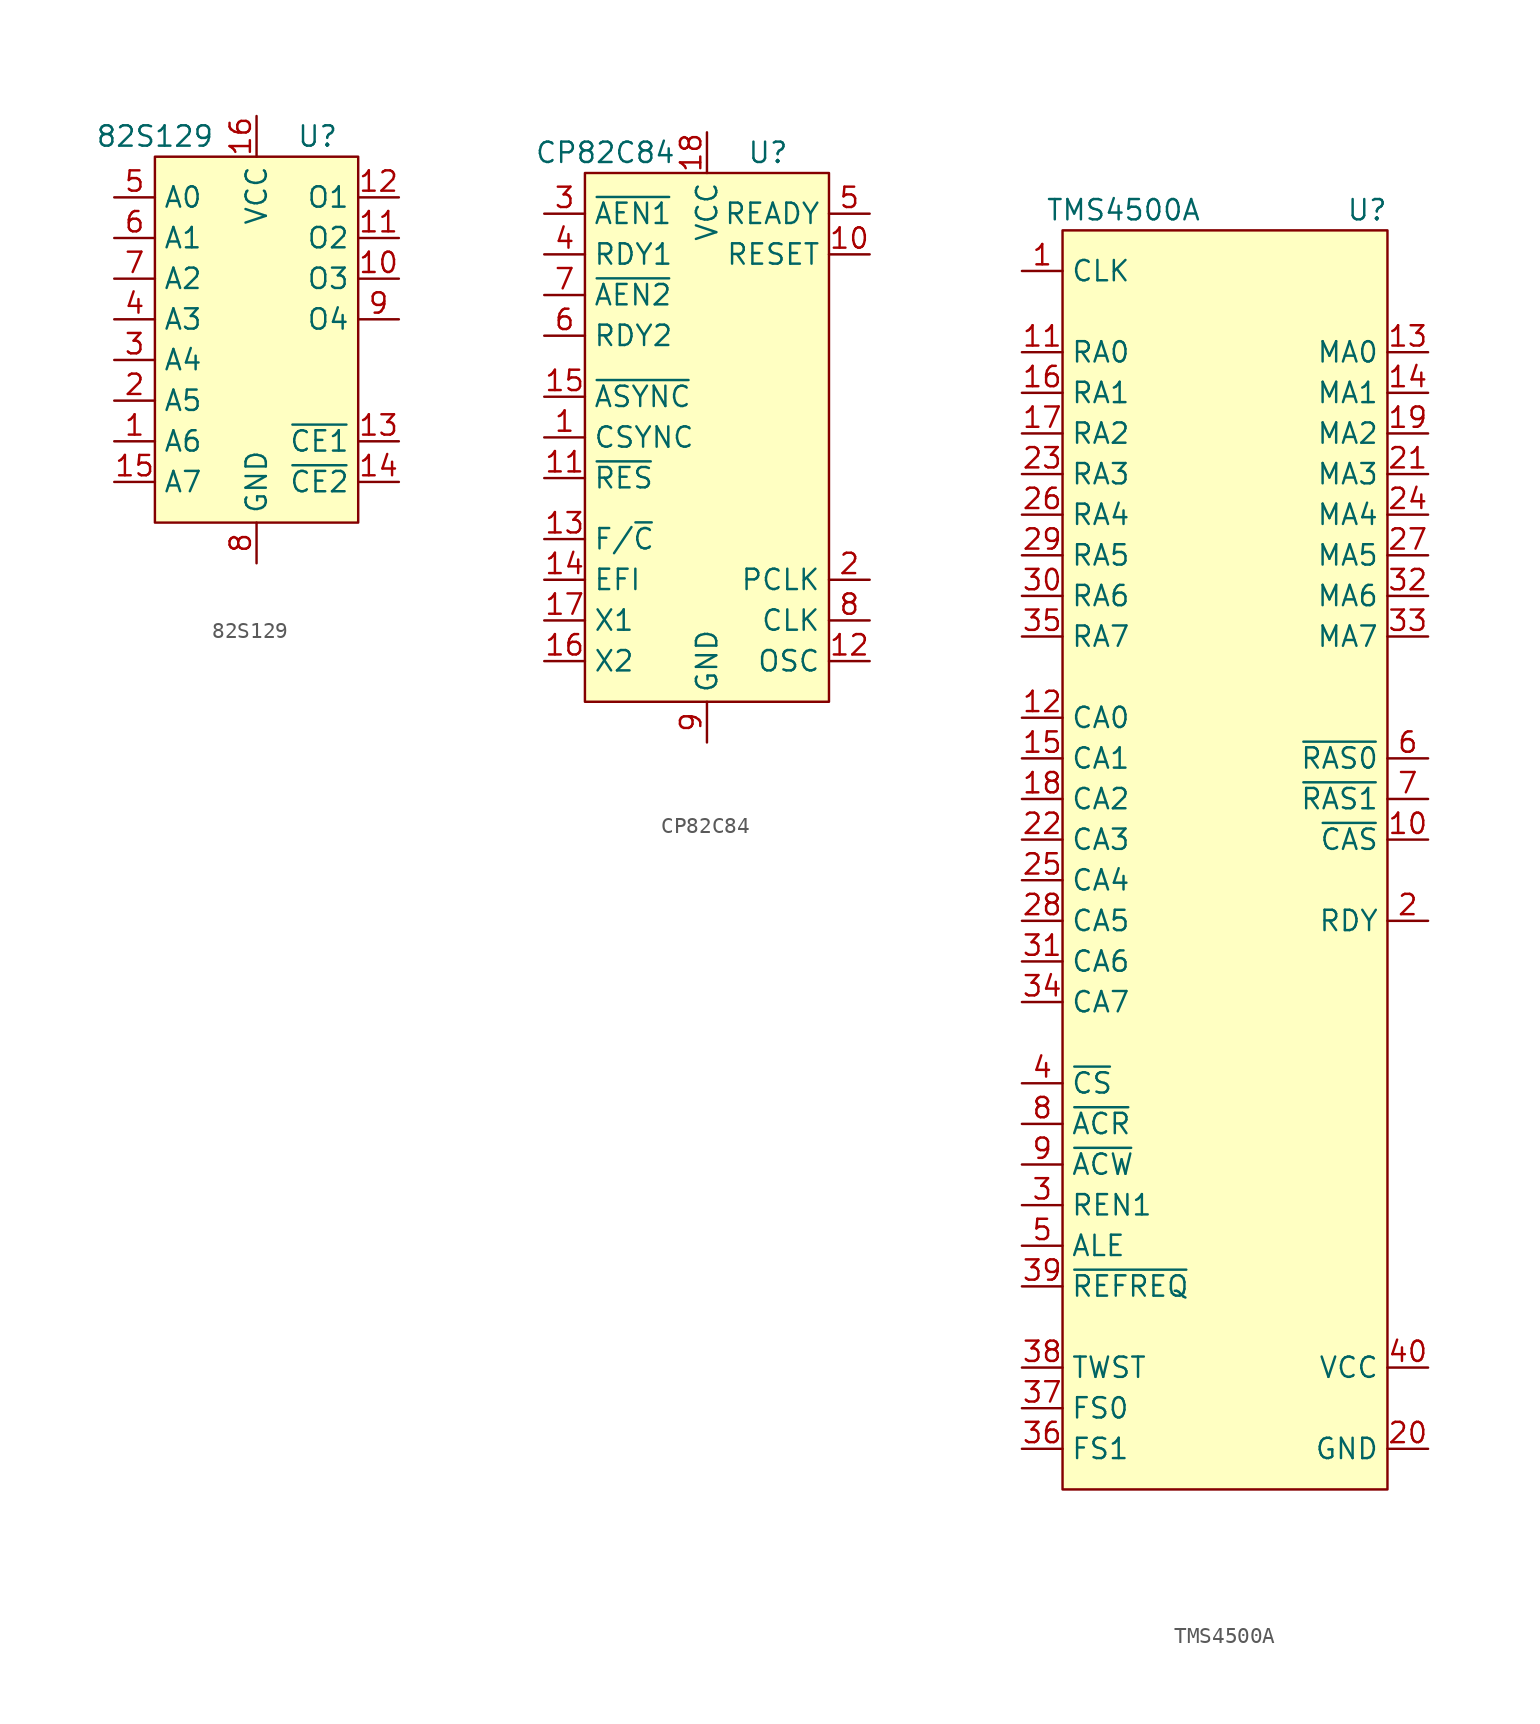
<source format=kicad_sym>
(kicad_symbol_lib
  (version 20211014)
  (generator kicad_symbol_editor)
  (symbol "82S129"
    (property "Reference" "U"
      (at 3.81 12.7 0)
      (effects (font (size 1.27 1.27))))
    (property "Value" "82S129"
      (at -6.35 12.7 0)
      (effects (font (size 1.27 1.27))))
    (symbol "82S129_0_1"
      (rectangle (start -6.35 11.43) (end 6.35 -11.43) (stroke (width 0.152) (type default) (color 0 0 0 0)) (fill (type background))))
    (symbol "82S129_1_1"
      (pin input line (at -8.89 -6.35 0) (length 2.54) (name "A6" (effects (font (size 1.27 1.27)))) (number "1" (effects (font (size 1.27 1.27)))))
      (pin tri_state line (at 8.89 3.81 180) (length 2.54) (name "O3" (effects (font (size 1.27 1.27)))) (number "10" (effects (font (size 1.27 1.27)))))
      (pin tri_state line (at 8.89 6.35 180) (length 2.54) (name "O2" (effects (font (size 1.27 1.27)))) (number "11" (effects (font (size 1.27 1.27)))))
      (pin tri_state line (at 8.89 8.89 180) (length 2.54) (name "O1" (effects (font (size 1.27 1.27)))) (number "12" (effects (font (size 1.27 1.27)))))
      (pin input line (at 8.89 -6.35 180) (length 2.54) (name "~{CE1}" (effects (font (size 1.27 1.27)))) (number "13" (effects (font (size 1.27 1.27)))))
      (pin input line (at 8.89 -8.89 180) (length 2.54) (name "~{CE2}" (effects (font (size 1.27 1.27)))) (number "14" (effects (font (size 1.27 1.27)))))
      (pin input line (at -8.89 -8.89 0) (length 2.54) (name "A7" (effects (font (size 1.27 1.27)))) (number "15" (effects (font (size 1.27 1.27)))))
      (pin power_in line (at 0 13.97 270) (length 2.54) (name "VCC" (effects (font (size 1.27 1.27)))) (number "16" (effects (font (size 1.27 1.27)))))
      (pin input line (at -8.89 -3.81 0) (length 2.54) (name "A5" (effects (font (size 1.27 1.27)))) (number "2" (effects (font (size 1.27 1.27)))))
      (pin input line (at -8.89 -1.27 0) (length 2.54) (name "A4" (effects (font (size 1.27 1.27)))) (number "3" (effects (font (size 1.27 1.27)))))
      (pin input line (at -8.89 1.27 0) (length 2.54) (name "A3" (effects (font (size 1.27 1.27)))) (number "4" (effects (font (size 1.27 1.27)))))
      (pin input line (at -8.89 8.89 0) (length 2.54) (name "A0" (effects (font (size 1.27 1.27)))) (number "5" (effects (font (size 1.27 1.27)))))
      (pin input line (at -8.89 6.35 0) (length 2.54) (name "A1" (effects (font (size 1.27 1.27)))) (number "6" (effects (font (size 1.27 1.27)))))
      (pin input line (at -8.89 3.81 0) (length 2.54) (name "A2" (effects (font (size 1.27 1.27)))) (number "7" (effects (font (size 1.27 1.27)))))
      (pin power_in line (at 0 -13.97 90) (length 2.54) (name "GND" (effects (font (size 1.27 1.27)))) (number "8" (effects (font (size 1.27 1.27)))))
      (pin tri_state line (at 8.89 1.27 180) (length 2.54) (name "O4" (effects (font (size 1.27 1.27)))) (number "9" (effects (font (size 1.27 1.27)))))))
  (symbol "CP82C84"
    (property "Reference" "U"
      (at 3.81 17.78 0)
      (effects (font (size 1.27 1.27))))
    (property "Value" "CP82C84"
      (at -6.35 17.78 0)
      (effects (font (size 1.27 1.27))))
    (symbol "CP82C84_0_1"
      (rectangle (start -7.62 16.51) (end 7.62 -16.51) (stroke (width 0.152) (type default) (color 0 0 0 0)) (fill (type background))))
    (symbol "CP82C84_1_1"
      (pin input line (at -10.16 0 0) (length 2.54) (name "CSYNC" (effects (font (size 1.27 1.27)))) (number "1" (effects (font (size 1.27 1.27)))))
      (pin output line (at 10.16 11.43 180) (length 2.54) (name "RESET" (effects (font (size 1.27 1.27)))) (number "10" (effects (font (size 1.27 1.27)))))
      (pin input line (at -10.16 -2.54 0) (length 2.54) (name "~{RES}" (effects (font (size 1.27 1.27)))) (number "11" (effects (font (size 1.27 1.27)))))
      (pin output line (at 10.16 -13.97 180) (length 2.54) (name "OSC" (effects (font (size 1.27 1.27)))) (number "12" (effects (font (size 1.27 1.27)))))
      (pin input line (at -10.16 -6.35 0) (length 2.54) (name "F/~{C}" (effects (font (size 1.27 1.27)))) (number "13" (effects (font (size 1.27 1.27)))))
      (pin input line (at -10.16 -8.89 0) (length 2.54) (name "EFI" (effects (font (size 1.27 1.27)))) (number "14" (effects (font (size 1.27 1.27)))))
      (pin input line (at -10.16 2.54 0) (length 2.54) (name "~{ASYNC}" (effects (font (size 1.27 1.27)))) (number "15" (effects (font (size 1.27 1.27)))))
      (pin input line (at -10.16 -13.97 0) (length 2.54) (name "X2" (effects (font (size 1.27 1.27)))) (number "16" (effects (font (size 1.27 1.27)))))
      (pin input line (at -10.16 -11.43 0) (length 2.54) (name "X1" (effects (font (size 1.27 1.27)))) (number "17" (effects (font (size 1.27 1.27)))))
      (pin power_in line (at 0 19.05 270) (length 2.54) (name "VCC" (effects (font (size 1.27 1.27)))) (number "18" (effects (font (size 1.27 1.27)))))
      (pin output line (at 10.16 -8.89 180) (length 2.54) (name "PCLK" (effects (font (size 1.27 1.27)))) (number "2" (effects (font (size 1.27 1.27)))))
      (pin input line (at -10.16 13.97 0) (length 2.54) (name "~{AEN1}" (effects (font (size 1.27 1.27)))) (number "3" (effects (font (size 1.27 1.27)))))
      (pin input line (at -10.16 11.43 0) (length 2.54) (name "RDY1" (effects (font (size 1.27 1.27)))) (number "4" (effects (font (size 1.27 1.27)))))
      (pin output line (at 10.16 13.97 180) (length 2.54) (name "READY" (effects (font (size 1.27 1.27)))) (number "5" (effects (font (size 1.27 1.27)))))
      (pin input line (at -10.16 6.35 0) (length 2.54) (name "RDY2" (effects (font (size 1.27 1.27)))) (number "6" (effects (font (size 1.27 1.27)))))
      (pin input line (at -10.16 8.89 0) (length 2.54) (name "~{AEN2}" (effects (font (size 1.27 1.27)))) (number "7" (effects (font (size 1.27 1.27)))))
      (pin output line (at 10.16 -11.43 180) (length 2.54) (name "CLK" (effects (font (size 1.27 1.27)))) (number "8" (effects (font (size 1.27 1.27)))))
      (pin power_in line (at 0 -19.05 90) (length 2.54) (name "GND" (effects (font (size 1.27 1.27)))) (number "9" (effects (font (size 1.27 1.27)))))))
  (symbol "TMS4500A"
    (property "Reference" "U"
      (at 12.7 12.7 0)
      (effects (font (size 1.27 1.27))))
    (property "Value" "TMS4500A"
      (at -2.54 12.7 0)
      (effects (font (size 1.27 1.27))))
    (symbol "TMS4500A_0_1"
      (rectangle (start -6.35 11.43) (end 13.97 -67.31) (stroke (width 0.152) (type default) (color 0 0 0 0)) (fill (type background))))
    (symbol "TMS4500A_1_1"
      (pin passive line (at -8.89 8.89 0) (length 2.54) (name "CLK" (effects (font (size 1.27 1.27)))) (number "1" (effects (font (size 1.27 1.27)))))
      (pin passive line (at 16.51 -26.67 180) (length 2.54) (name "~{CAS}" (effects (font (size 1.27 1.27)))) (number "10" (effects (font (size 1.27 1.27)))))
      (pin passive line (at -8.89 3.81 0) (length 2.54) (name "RA0" (effects (font (size 1.27 1.27)))) (number "11" (effects (font (size 1.27 1.27)))))
      (pin passive line (at -8.89 -19.05 0) (length 2.54) (name "CA0" (effects (font (size 1.27 1.27)))) (number "12" (effects (font (size 1.27 1.27)))))
      (pin passive line (at 16.51 3.81 180) (length 2.54) (name "MA0" (effects (font (size 1.27 1.27)))) (number "13" (effects (font (size 1.27 1.27)))))
      (pin passive line (at 16.51 1.27 180) (length 2.54) (name "MA1" (effects (font (size 1.27 1.27)))) (number "14" (effects (font (size 1.27 1.27)))))
      (pin passive line (at -8.89 -21.59 0) (length 2.54) (name "CA1" (effects (font (size 1.27 1.27)))) (number "15" (effects (font (size 1.27 1.27)))))
      (pin passive line (at -8.89 1.27 0) (length 2.54) (name "RA1" (effects (font (size 1.27 1.27)))) (number "16" (effects (font (size 1.27 1.27)))))
      (pin passive line (at -8.89 -1.27 0) (length 2.54) (name "RA2" (effects (font (size 1.27 1.27)))) (number "17" (effects (font (size 1.27 1.27)))))
      (pin passive line (at -8.89 -24.13 0) (length 2.54) (name "CA2" (effects (font (size 1.27 1.27)))) (number "18" (effects (font (size 1.27 1.27)))))
      (pin passive line (at 16.51 -1.27 180) (length 2.54) (name "MA2" (effects (font (size 1.27 1.27)))) (number "19" (effects (font (size 1.27 1.27)))))
      (pin passive line (at 16.51 -31.75 180) (length 2.54) (name "RDY" (effects (font (size 1.27 1.27)))) (number "2" (effects (font (size 1.27 1.27)))))
      (pin passive line (at 16.51 -64.77 180) (length 2.54) (name "GND" (effects (font (size 1.27 1.27)))) (number "20" (effects (font (size 1.27 1.27)))))
      (pin passive line (at 16.51 -3.81 180) (length 2.54) (name "MA3" (effects (font (size 1.27 1.27)))) (number "21" (effects (font (size 1.27 1.27)))))
      (pin passive line (at -8.89 -26.67 0) (length 2.54) (name "CA3" (effects (font (size 1.27 1.27)))) (number "22" (effects (font (size 1.27 1.27)))))
      (pin passive line (at -8.89 -3.81 0) (length 2.54) (name "RA3" (effects (font (size 1.27 1.27)))) (number "23" (effects (font (size 1.27 1.27)))))
      (pin passive line (at 16.51 -6.35 180) (length 2.54) (name "MA4" (effects (font (size 1.27 1.27)))) (number "24" (effects (font (size 1.27 1.27)))))
      (pin passive line (at -8.89 -29.21 0) (length 2.54) (name "CA4" (effects (font (size 1.27 1.27)))) (number "25" (effects (font (size 1.27 1.27)))))
      (pin passive line (at -8.89 -6.35 0) (length 2.54) (name "RA4" (effects (font (size 1.27 1.27)))) (number "26" (effects (font (size 1.27 1.27)))))
      (pin passive line (at 16.51 -8.89 180) (length 2.54) (name "MA5" (effects (font (size 1.27 1.27)))) (number "27" (effects (font (size 1.27 1.27)))))
      (pin passive line (at -8.89 -31.75 0) (length 2.54) (name "CA5" (effects (font (size 1.27 1.27)))) (number "28" (effects (font (size 1.27 1.27)))))
      (pin passive line (at -8.89 -8.89 0) (length 2.54) (name "RA5" (effects (font (size 1.27 1.27)))) (number "29" (effects (font (size 1.27 1.27)))))
      (pin passive line (at -8.89 -49.53 0) (length 2.54) (name "REN1" (effects (font (size 1.27 1.27)))) (number "3" (effects (font (size 1.27 1.27)))))
      (pin passive line (at -8.89 -11.43 0) (length 2.54) (name "RA6" (effects (font (size 1.27 1.27)))) (number "30" (effects (font (size 1.27 1.27)))))
      (pin passive line (at -8.89 -34.29 0) (length 2.54) (name "CA6" (effects (font (size 1.27 1.27)))) (number "31" (effects (font (size 1.27 1.27)))))
      (pin passive line (at 16.51 -11.43 180) (length 2.54) (name "MA6" (effects (font (size 1.27 1.27)))) (number "32" (effects (font (size 1.27 1.27)))))
      (pin passive line (at 16.51 -13.97 180) (length 2.54) (name "MA7" (effects (font (size 1.27 1.27)))) (number "33" (effects (font (size 1.27 1.27)))))
      (pin passive line (at -8.89 -36.83 0) (length 2.54) (name "CA7" (effects (font (size 1.27 1.27)))) (number "34" (effects (font (size 1.27 1.27)))))
      (pin passive line (at -8.89 -13.97 0) (length 2.54) (name "RA7" (effects (font (size 1.27 1.27)))) (number "35" (effects (font (size 1.27 1.27)))))
      (pin passive line (at -8.89 -64.77 0) (length 2.54) (name "FS1" (effects (font (size 1.27 1.27)))) (number "36" (effects (font (size 1.27 1.27)))))
      (pin passive line (at -8.89 -62.23 0) (length 2.54) (name "FS0" (effects (font (size 1.27 1.27)))) (number "37" (effects (font (size 1.27 1.27)))))
      (pin passive line (at -8.89 -59.69 0) (length 2.54) (name "TWST" (effects (font (size 1.27 1.27)))) (number "38" (effects (font (size 1.27 1.27)))))
      (pin passive line (at -8.89 -54.61 0) (length 2.54) (name "~{REFREQ}" (effects (font (size 1.27 1.27)))) (number "39" (effects (font (size 1.27 1.27)))))
      (pin passive line (at -8.89 -41.91 0) (length 2.54) (name "~{CS}" (effects (font (size 1.27 1.27)))) (number "4" (effects (font (size 1.27 1.27)))))
      (pin passive line (at 16.51 -59.69 180) (length 2.54) (name "VCC" (effects (font (size 1.27 1.27)))) (number "40" (effects (font (size 1.27 1.27)))))
      (pin passive line (at -8.89 -52.07 0) (length 2.54) (name "ALE" (effects (font (size 1.27 1.27)))) (number "5" (effects (font (size 1.27 1.27)))))
      (pin passive line (at 16.51 -21.59 180) (length 2.54) (name "~{RAS0}" (effects (font (size 1.27 1.27)))) (number "6" (effects (font (size 1.27 1.27)))))
      (pin passive line (at 16.51 -24.13 180) (length 2.54) (name "~{RAS1}" (effects (font (size 1.27 1.27)))) (number "7" (effects (font (size 1.27 1.27)))))
      (pin passive line (at -8.89 -44.45 0) (length 2.54) (name "~{ACR}" (effects (font (size 1.27 1.27)))) (number "8" (effects (font (size 1.27 1.27)))))
      (pin passive line (at -8.89 -46.99 0) (length 2.54) (name "~{ACW}" (effects (font (size 1.27 1.27)))) (number "9" (effects (font (size 1.27 1.27))))))))
</source>
